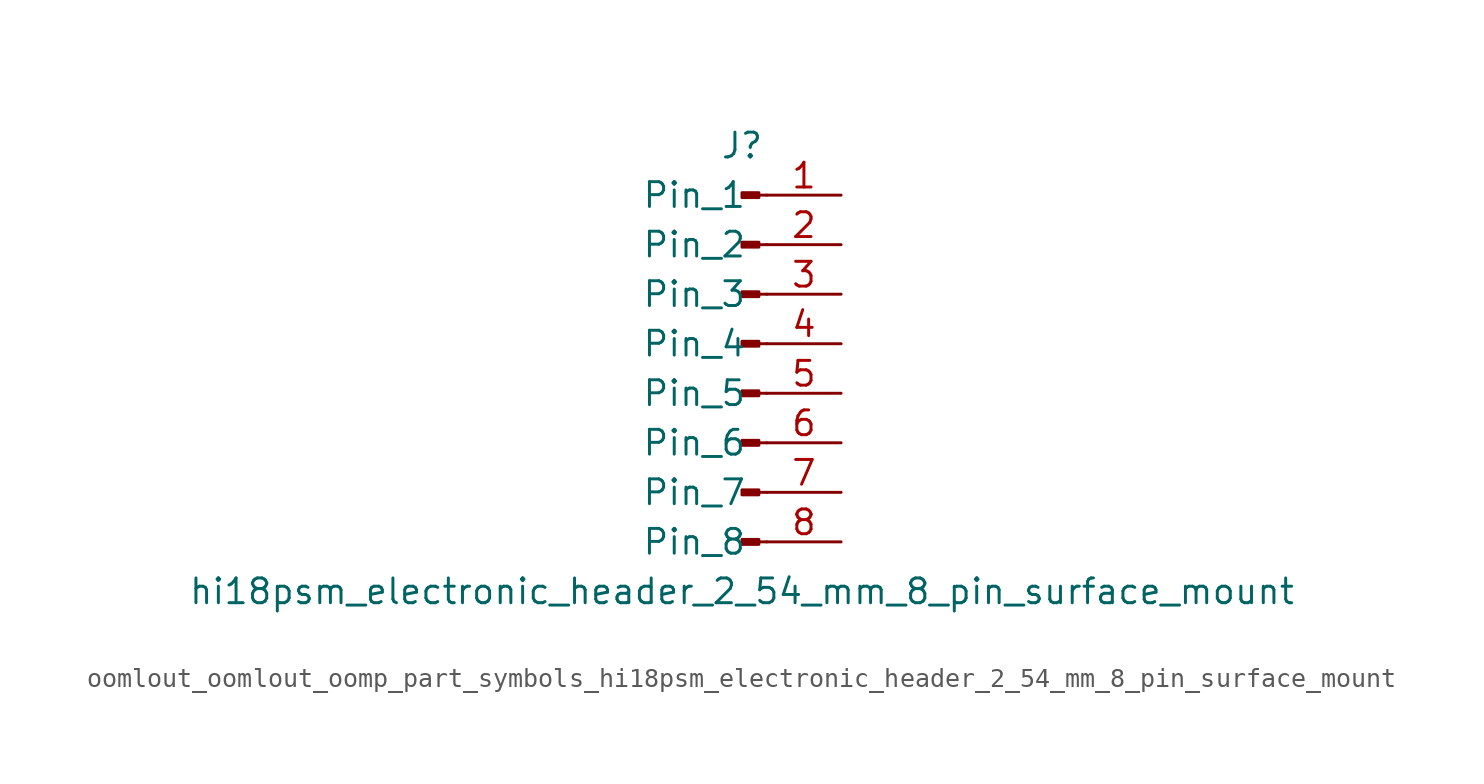
<source format=kicad_sym>
(kicad_symbol_lib
  (version 20220914)
  (generator kicad_symbol_editor)
  (symbol "oomlout_oomlout_oomp_part_symbols_hi18psm_electronic_header_2_54_mm_8_pin_surface_mount"
    (pin_names
      (offset 1.016))
    (property "Reference" "J"
      (at 0 10.16 0)
      (effects (font (size 1.27 1.27))))
    (property "Value" "hi18psm_electronic_header_2_54_mm_8_pin_surface_mount"
      (at 0 -12.7 0)
      (effects (font (size 1.27 1.27))))
    (property "ki_locked" ""
      (at 0 0 0)
      (effects (font (size 1.27 1.27))))
    (symbol "oomlout_oomlout_oomp_part_symbols_hi18psm_electronic_header_2_54_mm_8_pin_surface_mount_1_1"
      (polyline (pts (xy 1.27 -10.16) (xy 0.864 -10.16)) (stroke (width 0.152) (type default)) (fill (type none)))
      (polyline (pts (xy 1.27 -7.62) (xy 0.864 -7.62)) (stroke (width 0.152) (type default)) (fill (type none)))
      (polyline (pts (xy 1.27 -5.08) (xy 0.864 -5.08)) (stroke (width 0.152) (type default)) (fill (type none)))
      (polyline (pts (xy 1.27 -2.54) (xy 0.864 -2.54)) (stroke (width 0.152) (type default)) (fill (type none)))
      (polyline (pts (xy 1.27 0) (xy 0.864 0)) (stroke (width 0.152) (type default)) (fill (type none)))
      (polyline (pts (xy 1.27 2.54) (xy 0.864 2.54)) (stroke (width 0.152) (type default)) (fill (type none)))
      (polyline (pts (xy 1.27 5.08) (xy 0.864 5.08)) (stroke (width 0.152) (type default)) (fill (type none)))
      (polyline (pts (xy 1.27 7.62) (xy 0.864 7.62)) (stroke (width 0.152) (type default)) (fill (type none)))
      (rectangle (start 0.864 -10.033) (end 0 -10.287) (stroke (width 0.152) (type default)) (fill (type outline)))
      (rectangle (start 0.864 -7.493) (end 0 -7.747) (stroke (width 0.152) (type default)) (fill (type outline)))
      (rectangle (start 0.864 -4.953) (end 0 -5.207) (stroke (width 0.152) (type default)) (fill (type outline)))
      (rectangle (start 0.864 -2.413) (end 0 -2.667) (stroke (width 0.152) (type default)) (fill (type outline)))
      (rectangle (start 0.864 0.127) (end 0 -0.127) (stroke (width 0.152) (type default)) (fill (type outline)))
      (rectangle (start 0.864 2.667) (end 0 2.413) (stroke (width 0.152) (type default)) (fill (type outline)))
      (rectangle (start 0.864 5.207) (end 0 4.953) (stroke (width 0.152) (type default)) (fill (type outline)))
      (rectangle (start 0.864 7.747) (end 0 7.493) (stroke (width 0.152) (type default)) (fill (type outline)))
      (pin passive line (at 5.08 7.62 180) (length 3.81) (name "Pin_1" (effects (font (size 1.27 1.27)))) (number "1" (effects (font (size 1.27 1.27)))))
      (pin passive line (at 5.08 5.08 180) (length 3.81) (name "Pin_2" (effects (font (size 1.27 1.27)))) (number "2" (effects (font (size 1.27 1.27)))))
      (pin passive line (at 5.08 2.54 180) (length 3.81) (name "Pin_3" (effects (font (size 1.27 1.27)))) (number "3" (effects (font (size 1.27 1.27)))))
      (pin passive line (at 5.08 0 180) (length 3.81) (name "Pin_4" (effects (font (size 1.27 1.27)))) (number "4" (effects (font (size 1.27 1.27)))))
      (pin passive line (at 5.08 -2.54 180) (length 3.81) (name "Pin_5" (effects (font (size 1.27 1.27)))) (number "5" (effects (font (size 1.27 1.27)))))
      (pin passive line (at 5.08 -5.08 180) (length 3.81) (name "Pin_6" (effects (font (size 1.27 1.27)))) (number "6" (effects (font (size 1.27 1.27)))))
      (pin passive line (at 5.08 -7.62 180) (length 3.81) (name "Pin_7" (effects (font (size 1.27 1.27)))) (number "7" (effects (font (size 1.27 1.27)))))
      (pin passive line (at 5.08 -10.16 180) (length 3.81) (name "Pin_8" (effects (font (size 1.27 1.27)))) (number "8" (effects (font (size 1.27 1.27))))))))
</source>
